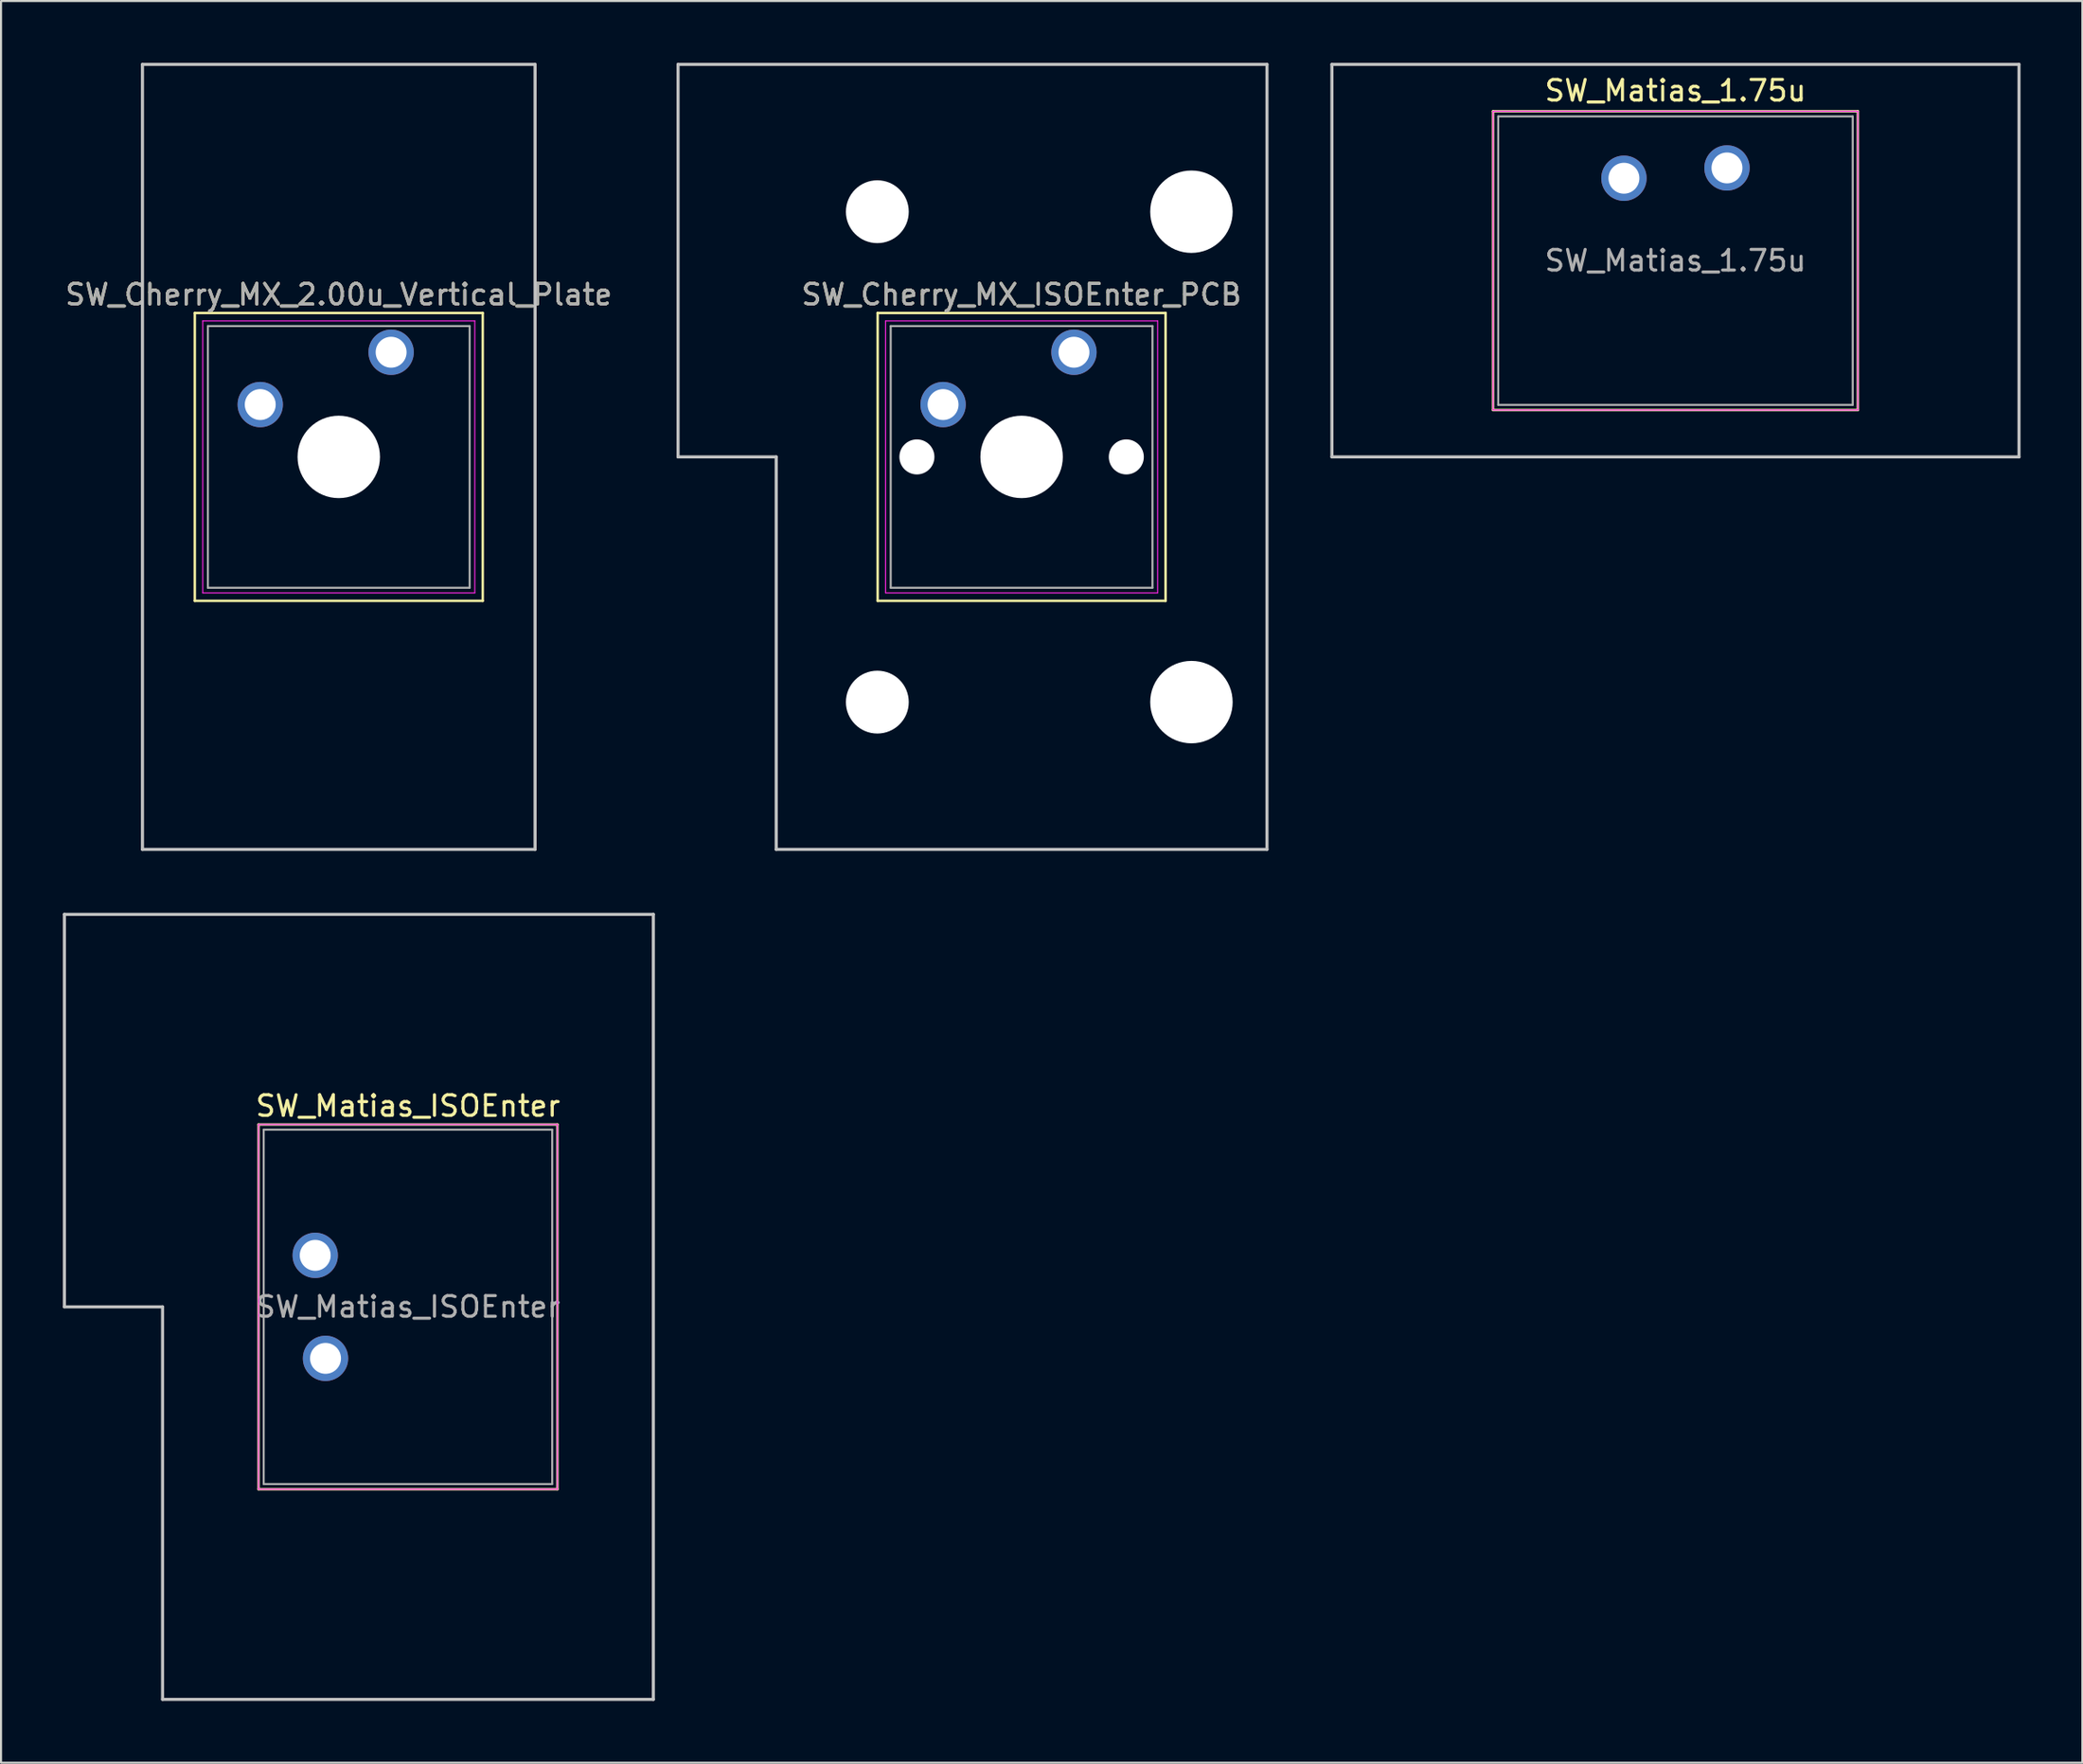
<source format=kicad_pcb>
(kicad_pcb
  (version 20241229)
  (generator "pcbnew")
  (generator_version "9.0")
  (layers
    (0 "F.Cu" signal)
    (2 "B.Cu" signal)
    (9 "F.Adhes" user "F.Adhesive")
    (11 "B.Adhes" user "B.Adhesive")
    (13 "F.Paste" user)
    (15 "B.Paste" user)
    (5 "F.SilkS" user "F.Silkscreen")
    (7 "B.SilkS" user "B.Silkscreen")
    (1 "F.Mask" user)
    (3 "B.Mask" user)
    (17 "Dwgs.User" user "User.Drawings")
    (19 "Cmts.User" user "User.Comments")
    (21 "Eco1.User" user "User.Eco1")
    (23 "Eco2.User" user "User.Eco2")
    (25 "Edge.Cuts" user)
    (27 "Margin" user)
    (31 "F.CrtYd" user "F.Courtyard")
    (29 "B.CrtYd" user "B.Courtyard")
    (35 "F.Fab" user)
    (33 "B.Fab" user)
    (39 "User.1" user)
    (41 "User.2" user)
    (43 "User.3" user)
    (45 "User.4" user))
  (footprint "SW_Cherry_MX_ISOEnter_PCB"
    (layer "F.Cu")
    (at 49.058 14.045)
    (property "Reference" "SW_Cherry_MX_ISOEnter_PCB" (at -2.54 -2.794 0) (layer "F.SilkS") (effects (font (size 1 1) (thickness 0.15))))
    (attr through_hole)
    (fp_line (start -9.525 -1.905) (end 4.445 -1.905) (stroke (width 0.12) (type solid)) (layer "F.SilkS"))
    (fp_line (start -9.525 12.065) (end -9.525 -1.905) (stroke (width 0.12) (type solid)) (layer "F.SilkS"))
    (fp_line (start 4.445 -1.905) (end 4.445 12.065) (stroke (width 0.12) (type solid)) (layer "F.SilkS"))
    (fp_line (start 4.445 12.065) (end -9.525 12.065) (stroke (width 0.12) (type solid)) (layer "F.SilkS"))
    (fp_line (start -19.209 -13.97) (end 9.366 -13.97) (stroke (width 0.15) (type solid)) (layer "Dwgs.User"))
    (fp_line (start -19.209 5.08) (end -19.209 -13.97) (stroke (width 0.15) (type solid)) (layer "Dwgs.User"))
    (fp_line (start -14.446 5.08) (end -19.209 5.08) (stroke (width 0.15) (type solid)) (layer "Dwgs.User"))
    (fp_line (start -14.446 24.13) (end -14.446 5.08) (stroke (width 0.15) (type solid)) (layer "Dwgs.User"))
    (fp_line (start 9.366 -13.97) (end 9.366 24.13) (stroke (width 0.15) (type solid)) (layer "Dwgs.User"))
    (fp_line (start 9.366 24.13) (end -14.446 24.13) (stroke (width 0.15) (type solid)) (layer "Dwgs.User"))
    (fp_line (start -9.14 -1.52) (end 4.06 -1.52) (stroke (width 0.05) (type solid)) (layer "F.CrtYd"))
    (fp_line (start -9.14 11.68) (end -9.14 -1.52) (stroke (width 0.05) (type solid)) (layer "F.CrtYd"))
    (fp_line (start 4.06 -1.52) (end 4.06 11.68) (stroke (width 0.05) (type solid)) (layer "F.CrtYd"))
    (fp_line (start 4.06 11.68) (end -9.14 11.68) (stroke (width 0.05) (type solid)) (layer "F.CrtYd"))
    (fp_line (start -8.89 -1.27) (end 3.81 -1.27) (stroke (width 0.1) (type solid)) (layer "F.Fab"))
    (fp_line (start -8.89 11.43) (end -8.89 -1.27) (stroke (width 0.1) (type solid)) (layer "F.Fab"))
    (fp_line (start 3.81 -1.27) (end 3.81 11.43) (stroke (width 0.1) (type solid)) (layer "F.Fab"))
    (fp_line (start 3.81 11.43) (end -8.89 11.43) (stroke (width 0.1) (type solid)) (layer "F.Fab"))
    (fp_text user "${REFERENCE}" (at -2.54 -2.794 0) (layer "F.Fab") (effects (font (size 1 1) (thickness 0.15))))
    (pad "" np_thru_hole circle (at -9.54 -6.82) (size 3.05 3.05) (drill 3.05) (layers "*.Cu" "*.Mask"))
    (pad "" np_thru_hole circle (at -9.54 16.98) (size 3.05 3.05) (drill 3.05) (layers "*.Cu" "*.Mask"))
    (pad "" np_thru_hole circle (at -7.62 5.08) (size 1.7 1.7) (drill 1.7) (layers "*.Cu" "*.Mask"))
    (pad "" np_thru_hole circle (at -2.54 5.08) (size 4 4) (drill 4) (layers "*.Cu" "*.Mask"))
    (pad "" np_thru_hole circle (at 2.54 5.08) (size 1.7 1.7) (drill 1.7) (layers "*.Cu" "*.Mask"))
    (pad "" np_thru_hole circle (at 5.7 -6.82) (size 4 4) (drill 4) (layers "*.Cu" "*.Mask"))
    (pad "" np_thru_hole circle (at 5.7 16.98) (size 4 4) (drill 4) (layers "*.Cu" "*.Mask"))
    (pad "1" thru_hole circle (at 0 0) (size 2.2 2.2) (drill 1.5) (layers "*.Cu" "*.Mask"))
    (pad "2" thru_hole circle (at -6.35 2.54) (size 2.2 2.2) (drill 1.5) (layers "*.Cu" "*.Mask")))
  (footprint "SW_Matias_ISOEnter"
    (layer "F.Cu")
    (at 12.244 57.875)
    (property "Reference" "SW_Matias_ISOEnter" (at 4.5 -7.25 0) (layer "F.SilkS") (effects (font (size 1 1) (thickness 0.15))))
    (attr through_hole)
    (fp_line (start -2.75 -6.35) (end 11.75 -6.35) (stroke (width 0.12) (type solid)) (layer "F.SilkS"))
    (fp_line (start -2.75 11.35) (end -2.75 -6.35) (stroke (width 0.12) (type solid)) (layer "F.SilkS"))
    (fp_line (start 11.75 -6.35) (end 11.75 11.35) (stroke (width 0.12) (type solid)) (layer "F.SilkS"))
    (fp_line (start 11.75 11.35) (end -2.75 11.35) (stroke (width 0.12) (type solid)) (layer "F.SilkS"))
    (fp_line (start -12.169 -16.55) (end -12.169 2.5) (stroke (width 0.15) (type solid)) (layer "Dwgs.User"))
    (fp_line (start -12.169 -16.55) (end 16.406 -16.55) (stroke (width 0.15) (type solid)) (layer "Dwgs.User"))
    (fp_line (start -12.169 2.5) (end -7.406 2.5) (stroke (width 0.15) (type solid)) (layer "Dwgs.User"))
    (fp_line (start -7.406 21.55) (end -7.406 2.5) (stroke (width 0.15) (type solid)) (layer "Dwgs.User"))
    (fp_line (start 16.406 -16.55) (end 16.406 21.55) (stroke (width 0.15) (type solid)) (layer "Dwgs.User"))
    (fp_line (start 16.406 21.55) (end -7.406 21.55) (stroke (width 0.15) (type solid)) (layer "Dwgs.User"))
    (fp_line (start -2.75 11.35) (end -2.75 -6.35) (stroke (width 0.05) (type solid)) (layer "F.CrtYd"))
    (fp_line (start -2.75 11.35) (end 11.75 11.35) (stroke (width 0.05) (type solid)) (layer "F.CrtYd"))
    (fp_line (start 11.75 -6.35) (end -2.75 -6.35) (stroke (width 0.05) (type solid)) (layer "F.CrtYd"))
    (fp_line (start 11.75 11.35) (end 11.75 -6.35) (stroke (width 0.05) (type solid)) (layer "F.CrtYd"))
    (fp_line (start -2.5 -6.1) (end 11.5 -6.1) (stroke (width 0.1) (type solid)) (layer "F.Fab"))
    (fp_line (start -2.5 11.1) (end -2.5 -6.1) (stroke (width 0.1) (type solid)) (layer "F.Fab"))
    (fp_line (start 11.5 -6.1) (end 11.5 11.1) (stroke (width 0.1) (type solid)) (layer "F.Fab"))
    (fp_line (start 11.5 11.1) (end -2.5 11.1) (stroke (width 0.1) (type solid)) (layer "F.Fab"))
    (fp_text user "${REFERENCE}" (at 4.5 2.5 180) (layer "F.Fab") (effects (font (size 1 1) (thickness 0.15))))
    (pad "1" thru_hole circle (at 0 0) (size 2.2 2.2) (drill 1.5) (layers "*.Cu" "*.Mask"))
    (pad "2" thru_hole circle (at 0.5 5) (size 2.2 2.2) (drill 1.5) (layers "*.Cu" "*.Mask")))
  (footprint "SW_Matias_1.75u"
    (layer "F.Cu")
    (at 80.743 5.1)
    (property "Reference" "SW_Matias_1.75u" (at -2.5 -3.75 0) (layer "F.SilkS") (effects (font (size 1 1) (thickness 0.15))))
    (attr through_hole)
    (fp_line (start -11.35 -2.75) (end 6.35 -2.75) (stroke (width 0.12) (type solid)) (layer "F.SilkS"))
    (fp_line (start -11.35 11.75) (end -11.35 -2.75) (stroke (width 0.12) (type solid)) (layer "F.SilkS"))
    (fp_line (start 6.35 -2.75) (end 6.35 11.75) (stroke (width 0.12) (type solid)) (layer "F.SilkS"))
    (fp_line (start 6.35 11.75) (end -11.35 11.75) (stroke (width 0.12) (type solid)) (layer "F.SilkS"))
    (fp_line (start -19.169 -5.025) (end 14.169 -5.025) (stroke (width 0.15) (type solid)) (layer "Dwgs.User"))
    (fp_line (start -19.169 14.025) (end -19.169 -5.025) (stroke (width 0.15) (type solid)) (layer "Dwgs.User"))
    (fp_line (start 14.169 -5.025) (end 14.169 14.025) (stroke (width 0.15) (type solid)) (layer "Dwgs.User"))
    (fp_line (start 14.169 14.025) (end -19.169 14.025) (stroke (width 0.15) (type solid)) (layer "Dwgs.User"))
    (fp_line (start -11.35 -2.75) (end -11.35 11.75) (stroke (width 0.05) (type solid)) (layer "F.CrtYd"))
    (fp_line (start -11.35 -2.75) (end 6.35 -2.75) (stroke (width 0.05) (type solid)) (layer "F.CrtYd"))
    (fp_line (start -11.35 11.75) (end 6.35 11.75) (stroke (width 0.05) (type solid)) (layer "F.CrtYd"))
    (fp_line (start 6.35 11.75) (end 6.35 -2.75) (stroke (width 0.05) (type solid)) (layer "F.CrtYd"))
    (fp_line (start -11.1 -2.5) (end 6.1 -2.5) (stroke (width 0.1) (type solid)) (layer "F.Fab"))
    (fp_line (start -11.1 11.5) (end -11.1 -2.5) (stroke (width 0.1) (type solid)) (layer "F.Fab"))
    (fp_line (start 6.1 -2.5) (end 6.1 11.5) (stroke (width 0.1) (type solid)) (layer "F.Fab"))
    (fp_line (start 6.1 11.5) (end -11.1 11.5) (stroke (width 0.1) (type solid)) (layer "F.Fab"))
    (fp_text user "${REFERENCE}" (at -2.5 4.5 0) (layer "F.Fab") (effects (font (size 1 1) (thickness 0.15))))
    (pad "1" thru_hole circle (at 0 0) (size 2.2 2.2) (drill 1.5) (layers "*.Cu" "*.Mask"))
    (pad "2" thru_hole circle (at -5 0.5) (size 2.2 2.2) (drill 1.5) (layers "*.Cu" "*.Mask")))
  (footprint "SW_Cherry_MX_2.00u_Vertical_Plate"
    (layer "F.Cu")
    (at 15.927 14.045)
    (property "Reference" "SW_Cherry_MX_2.00u_Vertical_Plate" (at -2.54 -2.794 0) (layer "F.SilkS") (effects (font (size 1 1) (thickness 0.15))))
    (attr through_hole)
    (fp_line (start -9.525 -1.905) (end 4.445 -1.905) (stroke (width 0.12) (type solid)) (layer "F.SilkS"))
    (fp_line (start -9.525 12.065) (end -9.525 -1.905) (stroke (width 0.12) (type solid)) (layer "F.SilkS"))
    (fp_line (start 4.445 -1.905) (end 4.445 12.065) (stroke (width 0.12) (type solid)) (layer "F.SilkS"))
    (fp_line (start 4.445 12.065) (end -9.525 12.065) (stroke (width 0.12) (type solid)) (layer "F.SilkS"))
    (fp_line (start -12.065 -13.97) (end 6.985 -13.97) (stroke (width 0.15) (type solid)) (layer "Dwgs.User"))
    (fp_line (start -12.065 24.13) (end -12.065 -13.97) (stroke (width 0.15) (type solid)) (layer "Dwgs.User"))
    (fp_line (start 6.985 -13.97) (end 6.985 24.13) (stroke (width 0.15) (type solid)) (layer "Dwgs.User"))
    (fp_line (start 6.985 24.13) (end -12.065 24.13) (stroke (width 0.15) (type solid)) (layer "Dwgs.User"))
    (fp_line (start -9.14 -1.52) (end 4.06 -1.52) (stroke (width 0.05) (type solid)) (layer "F.CrtYd"))
    (fp_line (start -9.14 11.68) (end -9.14 -1.52) (stroke (width 0.05) (type solid)) (layer "F.CrtYd"))
    (fp_line (start 4.06 -1.52) (end 4.06 11.68) (stroke (width 0.05) (type solid)) (layer "F.CrtYd"))
    (fp_line (start 4.06 11.68) (end -9.14 11.68) (stroke (width 0.05) (type solid)) (layer "F.CrtYd"))
    (fp_line (start -8.89 -1.27) (end 3.81 -1.27) (stroke (width 0.1) (type solid)) (layer "F.Fab"))
    (fp_line (start -8.89 11.43) (end -8.89 -1.27) (stroke (width 0.1) (type solid)) (layer "F.Fab"))
    (fp_line (start 3.81 -1.27) (end 3.81 11.43) (stroke (width 0.1) (type solid)) (layer "F.Fab"))
    (fp_line (start 3.81 11.43) (end -8.89 11.43) (stroke (width 0.1) (type solid)) (layer "F.Fab"))
    (fp_text user "${REFERENCE}" (at -2.54 -2.794 0) (layer "F.Fab") (effects (font (size 1 1) (thickness 0.15))))
    (pad "" np_thru_hole circle (at -2.54 5.08) (size 4 4) (drill 4) (layers "*.Cu" "*.Mask"))
    (pad "1" thru_hole circle (at 0 0) (size 2.2 2.2) (drill 1.5) (layers "*.Cu" "*.Mask"))
    (pad "2" thru_hole circle (at -6.35 2.54) (size 2.2 2.2) (drill 1.5) (layers "*.Cu" "*.Mask")))
  (gr_rect
    (start -3 -3)
    (end 97.986 82.5)
    (stroke (width 0.1) (type default))
    (fill no)
    (layer "Edge.Cuts")))
</source>
